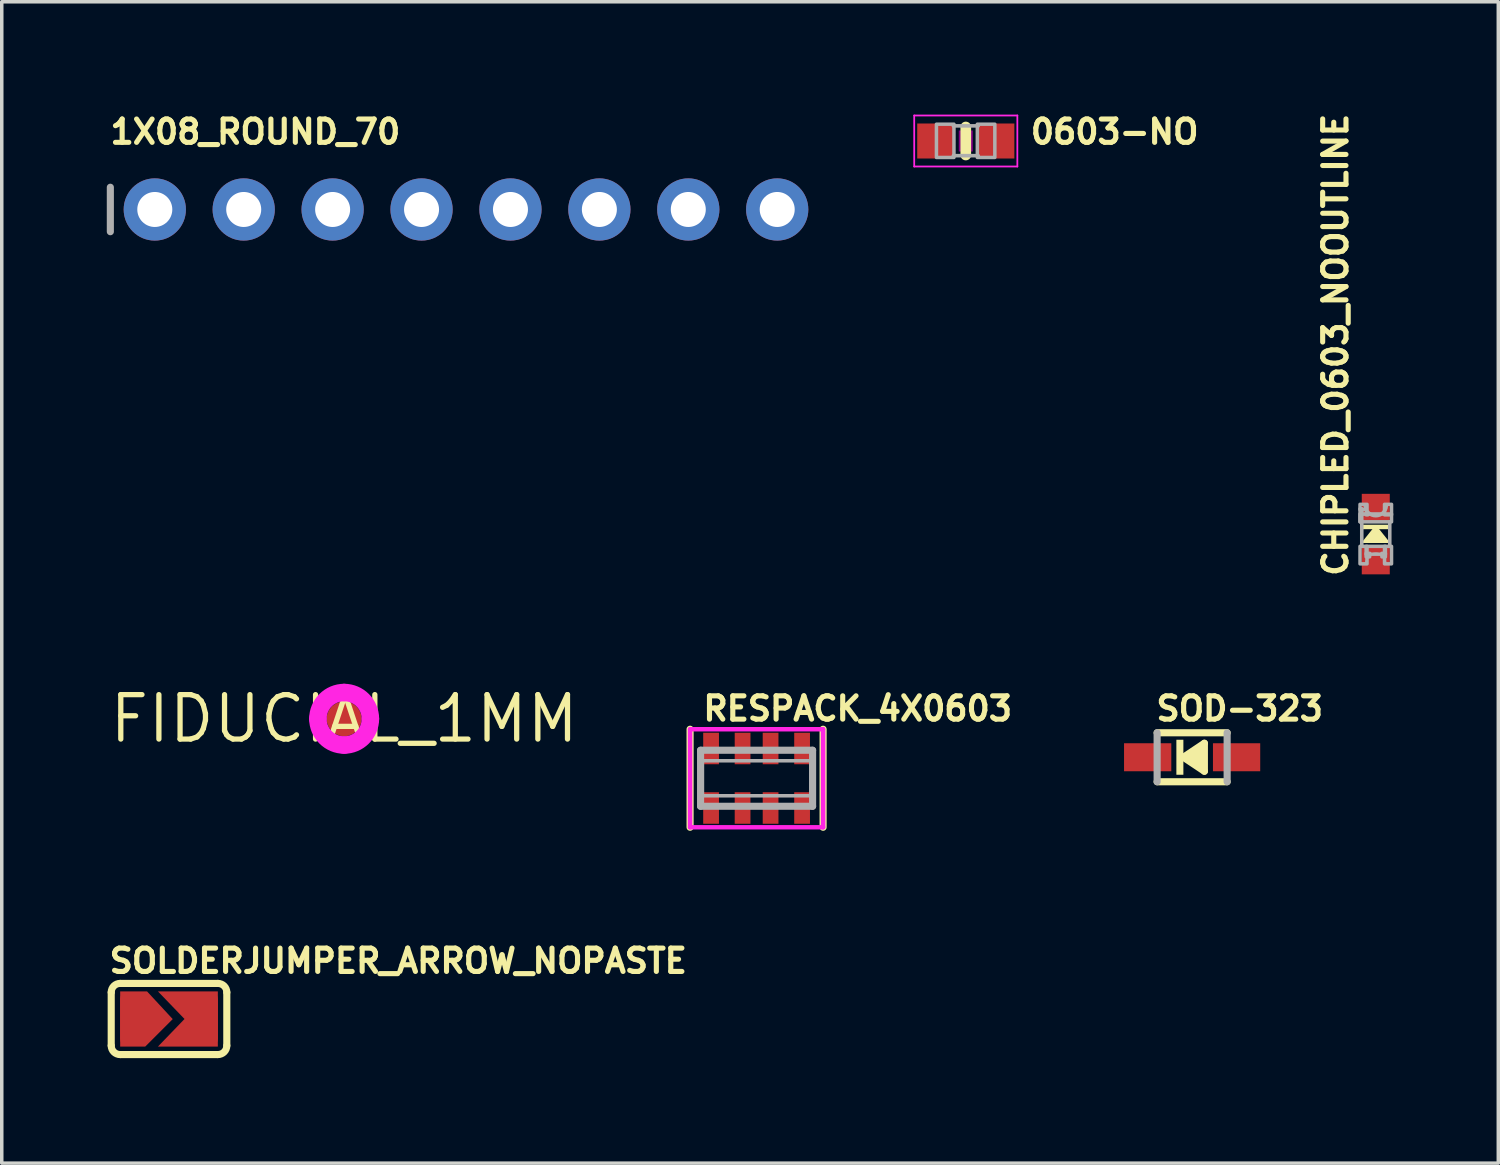
<source format=kicad_pcb>
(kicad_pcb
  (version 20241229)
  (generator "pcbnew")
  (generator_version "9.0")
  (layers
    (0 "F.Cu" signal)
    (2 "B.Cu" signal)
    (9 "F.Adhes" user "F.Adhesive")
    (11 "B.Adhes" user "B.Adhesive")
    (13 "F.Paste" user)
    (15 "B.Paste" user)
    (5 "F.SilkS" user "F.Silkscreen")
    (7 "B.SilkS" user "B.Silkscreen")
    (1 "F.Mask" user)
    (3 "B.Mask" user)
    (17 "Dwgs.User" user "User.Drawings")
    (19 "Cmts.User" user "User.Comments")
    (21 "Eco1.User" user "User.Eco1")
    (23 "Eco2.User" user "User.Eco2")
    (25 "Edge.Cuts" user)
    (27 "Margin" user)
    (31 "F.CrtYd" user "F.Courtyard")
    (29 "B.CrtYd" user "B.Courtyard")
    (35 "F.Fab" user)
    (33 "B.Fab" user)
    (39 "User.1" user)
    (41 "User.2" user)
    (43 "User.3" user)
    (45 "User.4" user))
  (footprint "SOLDERJUMPER_ARROW_NOPASTE"
    (layer "F.Cu")
    (at 1.778 26.059)
    (property "Reference" "SOLDERJUMPER_ARROW_NOPASTE" (at -1.778 -1.27 0) (layer "F.SilkS") (effects (font (size 0.666 0.666) (thickness 0.146)) (justify left bottom)))
    (fp_poly (pts (xy 0.106 0.003) (xy -0.679 0.788) (xy -1.395 0.788) (xy -1.395 -0.788) (xy -0.627 -0.788)) (stroke (width 0) (type solid)) (fill yes) (layer "F.Cu"))
    (fp_poly (pts (xy 1.395 0.788) (xy -0.316 0.788) (xy 0.443 0) (xy -0.316 -0.788) (xy 1.395 -0.788)) (stroke (width 0) (type solid)) (fill yes) (layer "F.Cu"))
    (fp_poly (pts (xy -1.46 0.826) (xy 1.46 0.826) (xy 1.46 -0.826) (xy -1.46 -0.826)) (stroke (width 0) (type solid)) (fill yes) (layer "F.Mask"))
    (fp_line (start -1.651 0.762) (end -1.651 -0.762) (stroke (width 0.203) (type solid)) (layer "F.SilkS"))
    (fp_line (start -1.397 -1.016) (end 1.397 -1.016) (stroke (width 0.203) (type solid)) (layer "F.SilkS"))
    (fp_line (start 1.397 1.016) (end -1.397 1.016) (stroke (width 0.203) (type solid)) (layer "F.SilkS"))
    (fp_line (start 1.651 0.762) (end 1.651 -0.762) (stroke (width 0.203) (type solid)) (layer "F.SilkS"))
    (fp_arc (start -1.651 -0.762) (mid -1.576605 -0.941605) (end -1.397 -1.016) (stroke (width 0.2032) (type solid)) (layer "F.SilkS"))
    (fp_arc (start -1.397 1.016) (mid -1.576605 0.941605) (end -1.651 0.762) (stroke (width 0.2032) (type solid)) (layer "F.SilkS"))
    (fp_arc (start 1.397 -1.016) (mid 1.576605 -0.941605) (end 1.651 -0.762) (stroke (width 0.2032) (type solid)) (layer "F.SilkS"))
    (fp_arc (start 1.651 0.762) (mid 1.576605 0.941605) (end 1.397 1.016) (stroke (width 0.2032) (type solid)) (layer "F.SilkS"))
    (pad "1" smd roundrect (at -1.016 0) (size 0.762 1.524) (layers "F.Cu") (roundrect_rratio 0.25))
    (pad "2" smd roundrect (at 1.016 0) (size 0.762 1.524) (layers "F.Cu") (roundrect_rratio 0.25)))
  (footprint "FIDUCIAL_1MM"
    (layer "F.Cu")
    (at 6.781 17.483)
    (property "Reference" "FIDUCIAL_1MM" (at 0 0 0) (layer "F.SilkS") (effects (font (size 1.27 1.27) (thickness 0.15))))
    (fp_arc (start -0.75 0) (mid -0.53033 -0.53033) (end 0 -0.75) (stroke (width 0.5) (type solid)) (layer "F.Mask"))
    (fp_arc (start 0 -0.75) (mid 0.53033 -0.53033) (end 0.75 0) (stroke (width 0.5) (type solid)) (layer "F.Mask"))
    (fp_arc (start 0 0.75) (mid -0.53033 0.53033) (end -0.75 0) (stroke (width 0.5) (type solid)) (layer "F.Mask"))
    (fp_arc (start 0.75 0) (mid 0.53033 0.53033) (end 0 0.75) (stroke (width 0.5) (type solid)) (layer "F.Mask"))
    (fp_arc (start -0.75 0) (mid -0.53033 -0.53033) (end 0 -0.75) (stroke (width 0.5) (type solid)) (layer "F.CrtYd"))
    (fp_arc (start 0 -0.75) (mid 0.53033 -0.53033) (end 0.75 0) (stroke (width 0.5) (type solid)) (layer "F.CrtYd"))
    (fp_arc (start 0 0.75) (mid -0.53033 0.53033) (end -0.75 0) (stroke (width 0.5) (type solid)) (layer "F.CrtYd"))
    (fp_arc (start 0.75 0) (mid 0.53033 0.53033) (end 0 0.75) (stroke (width 0.5) (type solid)) (layer "F.CrtYd"))
    (pad "1" smd roundrect (at 0 0) (size 1 1) (layers "F.Cu" "F.Mask") (roundrect_rratio 0.5)))
  (footprint "SOD-323"
    (layer "F.Cu")
    (at 31.005 18.582)
    (property "Reference" "SOD-323" (at -1.1 -1 0) (layer "F.SilkS") (effects (font (size 0.666 0.666) (thickness 0.146)) (justify left bottom)))
    (fp_line (start -1 -0.7) (end 1 -0.7) (stroke (width 0.203) (type solid)) (layer "F.SilkS"))
    (fp_line (start -0.25 0) (end 0.35 -0.4) (stroke (width 0.203) (type solid)) (layer "F.SilkS"))
    (fp_line (start 0.35 -0.4) (end 0.35 0.4) (stroke (width 0.203) (type solid)) (layer "F.SilkS"))
    (fp_line (start 0.35 0.4) (end -0.25 0) (stroke (width 0.203) (type solid)) (layer "F.SilkS"))
    (fp_line (start 1 0.7) (end -1 0.7) (stroke (width 0.203) (type solid)) (layer "F.SilkS"))
    (fp_poly (pts (xy 0.302 0.39) (xy -0.283 0) (xy 0.302 -0.39)) (stroke (width 0) (type solid)) (fill yes) (layer "F.SilkS"))
    (fp_poly (pts (xy -0.45 0.5) (xy -0.25 0.5) (xy -0.25 -0.5) (xy -0.45 -0.5)) (stroke (width 0) (type solid)) (fill yes) (layer "F.SilkS"))
    (fp_line (start -1 0.7) (end -1 -0.7) (stroke (width 0.203) (type solid)) (layer "F.Fab"))
    (fp_line (start 1 -0.7) (end 1 0.7) (stroke (width 0.203) (type solid)) (layer "F.Fab"))
    (pad "A" smd rect (at 1.27 0) (size 1.35 0.8) (layers "F.Cu" "F.Mask" "F.Paste"))
    (pad "C" smd rect (at -1.27 0) (size 1.35 0.8) (layers "F.Cu" "F.Mask" "F.Paste")))
  (footprint "RESPACK_4X0603"
    (layer "F.Cu")
    (at 18.563 19.182)
    (property "Reference" "RESPACK_4X0603" (at -1.6 -1.6 0) (layer "F.SilkS") (effects (font (size 0.666 0.666) (thickness 0.146)) (justify left bottom)))
    (fp_line (start -1.9 1.4) (end -1.9 -1.4) (stroke (width 0.203) (type solid)) (layer "F.SilkS"))
    (fp_line (start 1.9 -1.4) (end 1.9 1.4) (stroke (width 0.203) (type solid)) (layer "F.SilkS"))
    (fp_line (start -1.9 -1.4) (end 1.9 -1.4) (stroke (width 0.127) (type solid)) (layer "F.CrtYd"))
    (fp_line (start -1.9 1.4) (end -1.9 -1.4) (stroke (width 0.127) (type solid)) (layer "F.CrtYd"))
    (fp_line (start -1.9 1.4) (end 1.9 1.4) (stroke (width 0.127) (type solid)) (layer "F.CrtYd"))
    (fp_line (start 1.9 -1.4) (end 1.9 1.4) (stroke (width 0.127) (type solid)) (layer "F.CrtYd"))
    (fp_line (start -1.6 -0.8) (end 1.6 -0.8) (stroke (width 0.203) (type solid)) (layer "F.Fab"))
    (fp_line (start -1.6 0.8) (end -1.6 -0.8) (stroke (width 0.203) (type solid)) (layer "F.Fab"))
    (fp_line (start 1.6 -0.8) (end 1.6 0.8) (stroke (width 0.203) (type solid)) (layer "F.Fab"))
    (fp_line (start 1.6 0.8) (end -1.6 0.8) (stroke (width 0.203) (type solid)) (layer "F.Fab"))
    (fp_poly (pts (xy -1.55 0.5) (xy 1.55 0.5) (xy 1.55 -0.5) (xy -1.55 -0.5)) (stroke (width 0.1) (type solid)) (fill no) (layer "F.Fab"))
    (pad "1" smd rect (at -1.3 0.85) (size 0.45 0.9) (layers "F.Cu" "F.Mask" "F.Paste"))
    (pad "2" smd rect (at -0.4 0.85) (size 0.45 0.9) (layers "F.Cu" "F.Mask" "F.Paste"))
    (pad "3" smd rect (at 0.4 0.85) (size 0.45 0.9) (layers "F.Cu" "F.Mask" "F.Paste"))
    (pad "4" smd rect (at 1.3 0.85) (size 0.45 0.9) (layers "F.Cu" "F.Mask" "F.Paste"))
    (pad "5" smd rect (at 1.3 -0.85) (size 0.45 0.9) (layers "F.Cu" "F.Mask" "F.Paste"))
    (pad "6" smd rect (at 0.4 -0.85) (size 0.45 0.9) (layers "F.Cu" "F.Mask" "F.Paste"))
    (pad "7" smd rect (at -0.4 -0.85) (size 0.45 0.9) (layers "F.Cu" "F.Mask" "F.Paste"))
    (pad "8" smd rect (at -1.3 -0.85) (size 0.45 0.9) (layers "F.Cu" "F.Mask" "F.Paste")))
  (footprint "1X08_ROUND_70"
    (layer "F.Cu")
    (at 10.262 2.934)
    (property "Reference" "1X08_ROUND_70" (at -10.236 -1.829 0) (layer "F.SilkS") (effects (font (size 0.666 0.666) (thickness 0.146)) (justify left bottom)))
    (fp_line (start -10.16 -0.635) (end -10.16 0.635) (stroke (width 0.203) (type solid)) (layer "F.Fab"))
    (fp_poly (pts (xy -9.144 0.254) (xy -8.636 0.254) (xy -8.636 -0.254) (xy -9.144 -0.254)) (stroke (width 0.1) (type solid)) (fill no) (layer "F.Fab"))
    (fp_poly (pts (xy -6.604 0.254) (xy -6.096 0.254) (xy -6.096 -0.254) (xy -6.604 -0.254)) (stroke (width 0.1) (type solid)) (fill no) (layer "F.Fab"))
    (fp_poly (pts (xy -4.064 0.254) (xy -3.556 0.254) (xy -3.556 -0.254) (xy -4.064 -0.254)) (stroke (width 0.1) (type solid)) (fill no) (layer "F.Fab"))
    (fp_poly (pts (xy -1.524 0.254) (xy -1.016 0.254) (xy -1.016 -0.254) (xy -1.524 -0.254)) (stroke (width 0.1) (type solid)) (fill no) (layer "F.Fab"))
    (fp_poly (pts (xy 1.016 0.254) (xy 1.524 0.254) (xy 1.524 -0.254) (xy 1.016 -0.254)) (stroke (width 0.1) (type solid)) (fill no) (layer "F.Fab"))
    (fp_poly (pts (xy 3.556 0.254) (xy 4.064 0.254) (xy 4.064 -0.254) (xy 3.556 -0.254)) (stroke (width 0.1) (type solid)) (fill no) (layer "F.Fab"))
    (fp_poly (pts (xy 6.096 0.254) (xy 6.604 0.254) (xy 6.604 -0.254) (xy 6.096 -0.254)) (stroke (width 0.1) (type solid)) (fill no) (layer "F.Fab"))
    (fp_poly (pts (xy 8.636 0.254) (xy 9.144 0.254) (xy 9.144 -0.254) (xy 8.636 -0.254)) (stroke (width 0.1) (type solid)) (fill no) (layer "F.Fab"))
    (pad "1" thru_hole circle (at -8.89 0 90) (size 1.778 1.778) (drill 1) (layers "*.Cu" "*.Mask"))
    (pad "2" thru_hole circle (at -6.35 0 90) (size 1.778 1.778) (drill 1) (layers "*.Cu" "*.Mask"))
    (pad "3" thru_hole circle (at -3.81 0 90) (size 1.778 1.778) (drill 1) (layers "*.Cu" "*.Mask"))
    (pad "4" thru_hole circle (at -1.27 0 90) (size 1.778 1.778) (drill 1) (layers "*.Cu" "*.Mask"))
    (pad "5" thru_hole circle (at 1.27 0 90) (size 1.778 1.778) (drill 1) (layers "*.Cu" "*.Mask"))
    (pad "6" thru_hole circle (at 3.81 0 90) (size 1.778 1.778) (drill 1) (layers "*.Cu" "*.Mask"))
    (pad "7" thru_hole circle (at 6.35 0 90) (size 1.778 1.778) (drill 1) (layers "*.Cu" "*.Mask"))
    (pad "8" thru_hole circle (at 8.89 0 90) (size 1.778 1.778) (drill 1) (layers "*.Cu" "*.Mask")))
  (footprint "0603-NO"
    (layer "F.Cu")
    (at 24.539 0.978)
    (property "Reference" "0603-NO" (at 1.778 0.127 0) (layer "F.SilkS") (effects (font (size 0.666 0.666) (thickness 0.146)) (justify left bottom)))
    (fp_line (start 0 -0.4) (end 0 0.4) (stroke (width 0.305) (type solid)) (layer "F.SilkS"))
    (fp_poly (pts (xy -0.2 0.3) (xy 0.2 0.3) (xy 0.2 -0.3) (xy -0.2 -0.3)) (stroke (width 0) (type solid)) (fill yes) (layer "F.Adhes"))
    (fp_line (start -1.473 -0.729) (end 1.473 -0.729) (stroke (width 0.051) (type solid)) (layer "F.CrtYd"))
    (fp_line (start -1.473 0.729) (end -1.473 -0.729) (stroke (width 0.051) (type solid)) (layer "F.CrtYd"))
    (fp_line (start 1.473 -0.729) (end 1.473 0.729) (stroke (width 0.051) (type solid)) (layer "F.CrtYd"))
    (fp_line (start 1.473 0.729) (end -1.473 0.729) (stroke (width 0.051) (type solid)) (layer "F.CrtYd"))
    (fp_line (start -0.356 -0.432) (end 0.356 -0.432) (stroke (width 0.102) (type solid)) (layer "F.Fab"))
    (fp_line (start -0.356 0.419) (end 0.356 0.419) (stroke (width 0.102) (type solid)) (layer "F.Fab"))
    (fp_poly (pts (xy -0.838 0.47) (xy -0.338 0.47) (xy -0.338 -0.48) (xy -0.838 -0.48)) (stroke (width 0.1) (type solid)) (fill no) (layer "F.Fab"))
    (fp_poly (pts (xy 0.33 0.47) (xy 0.83 0.47) (xy 0.83 -0.48) (xy 0.33 -0.48)) (stroke (width 0.1) (type solid)) (fill no) (layer "F.Fab"))
    (pad "1" smd rect (at -0.85 0) (size 1.075 1) (layers "F.Cu" "F.Mask" "F.Paste"))
    (pad "2" smd rect (at 0.85 0) (size 1.075 1) (layers "F.Cu" "F.Mask" "F.Paste")))
  (footprint "CHIPLED_0603_NOOUTLINE"
    (layer "F.Cu")
    (at 36.251 12.207)
    (property "Reference" "CHIPLED_0603_NOOUTLINE" (at -0.762 1.27 90) (layer "F.SilkS") (effects (font (size 0.666 0.666) (thickness 0.146)) (justify left bottom)))
    (fp_poly (pts (xy 0.413 0.254) (xy -0.413 0.254) (xy 0 -0.262)) (stroke (width 0) (type solid)) (fill yes) (layer "F.SilkS"))
    (fp_poly (pts (xy -0.381 -0.14) (xy 0.381 -0.14) (xy 0.381 -0.267) (xy -0.381 -0.267)) (stroke (width 0) (type solid)) (fill yes) (layer "F.SilkS"))
    (fp_line (start -0.4 -0.375) (end -0.4 0.35) (stroke (width 0.102) (type solid)) (layer "F.Fab"))
    (fp_line (start 0.4 -0.35) (end 0.4 0.35) (stroke (width 0.102) (type solid)) (layer "F.Fab"))
    (fp_arc (start -0.275 0.825) (mid 0 0.55) (end 0.275 0.825) (stroke (width 0.0508) (type solid)) (layer "F.Fab"))
    (fp_arc (start 0.3 -0.799998) (mid -0.000001 -0.524966) (end -0.3 -0.8) (stroke (width 0.1016) (type solid)) (layer "F.Fab"))
    (fp_circle (center -0.35 -0.625) (end -0.275 -0.625) (stroke (width 0.051) (type solid)) (fill no) (layer "F.Fab"))
    (fp_poly (pts (xy -0.45 -0.7) (xy -0.25 -0.7) (xy -0.25 -0.85) (xy -0.45 -0.85)) (stroke (width 0.1) (type solid)) (fill no) (layer "F.Fab"))
    (fp_poly (pts (xy -0.45 -0.35) (xy -0.4 -0.35) (xy -0.4 -0.725) (xy -0.45 -0.725)) (stroke (width 0.1) (type solid)) (fill no) (layer "F.Fab"))
    (fp_poly (pts (xy -0.45 -0.35) (xy 0.45 -0.35) (xy 0.45 -0.575) (xy -0.45 -0.575)) (stroke (width 0.1) (type solid)) (fill no) (layer "F.Fab"))
    (fp_poly (pts (xy -0.45 0.85) (xy -0.25 0.85) (xy -0.25 0.35) (xy -0.45 0.35)) (stroke (width 0.1) (type solid)) (fill no) (layer "F.Fab"))
    (fp_poly (pts (xy -0.275 -0.55) (xy -0.225 -0.55) (xy -0.225 -0.6) (xy -0.275 -0.6)) (stroke (width 0.1) (type solid)) (fill no) (layer "F.Fab"))
    (fp_poly (pts (xy -0.275 0.575) (xy 0.275 0.575) (xy 0.275 0.35) (xy -0.275 0.35)) (stroke (width 0.1) (type solid)) (fill no) (layer "F.Fab"))
    (fp_poly (pts (xy -0.275 0.65) (xy -0.175 0.65) (xy -0.175 0.55) (xy -0.275 0.55)) (stroke (width 0.1) (type solid)) (fill no) (layer "F.Fab"))
    (fp_poly (pts (xy 0.175 0.65) (xy 0.275 0.65) (xy 0.275 0.55) (xy 0.175 0.55)) (stroke (width 0.1) (type solid)) (fill no) (layer "F.Fab"))
    (fp_poly (pts (xy 0.25 -0.55) (xy 0.45 -0.55) (xy 0.45 -0.85) (xy 0.25 -0.85)) (stroke (width 0.1) (type solid)) (fill no) (layer "F.Fab"))
    (fp_poly (pts (xy 0.25 0.85) (xy 0.45 0.85) (xy 0.45 0.35) (xy 0.25 0.35)) (stroke (width 0.1) (type solid)) (fill no) (layer "F.Fab"))
    (pad "A" smd rect (at 0 0.75) (size 0.8 0.8) (layers "F.Cu" "F.Mask" "F.Paste"))
    (pad "C" smd rect (at 0 -0.75) (size 0.8 0.8) (layers "F.Cu" "F.Mask" "F.Paste")))
  (gr_rect
    (start -3 -3)
    (end 39.751 30.177)
    (stroke (width 0.1) (type default))
    (fill no)
    (layer "Edge.Cuts")))
</source>
